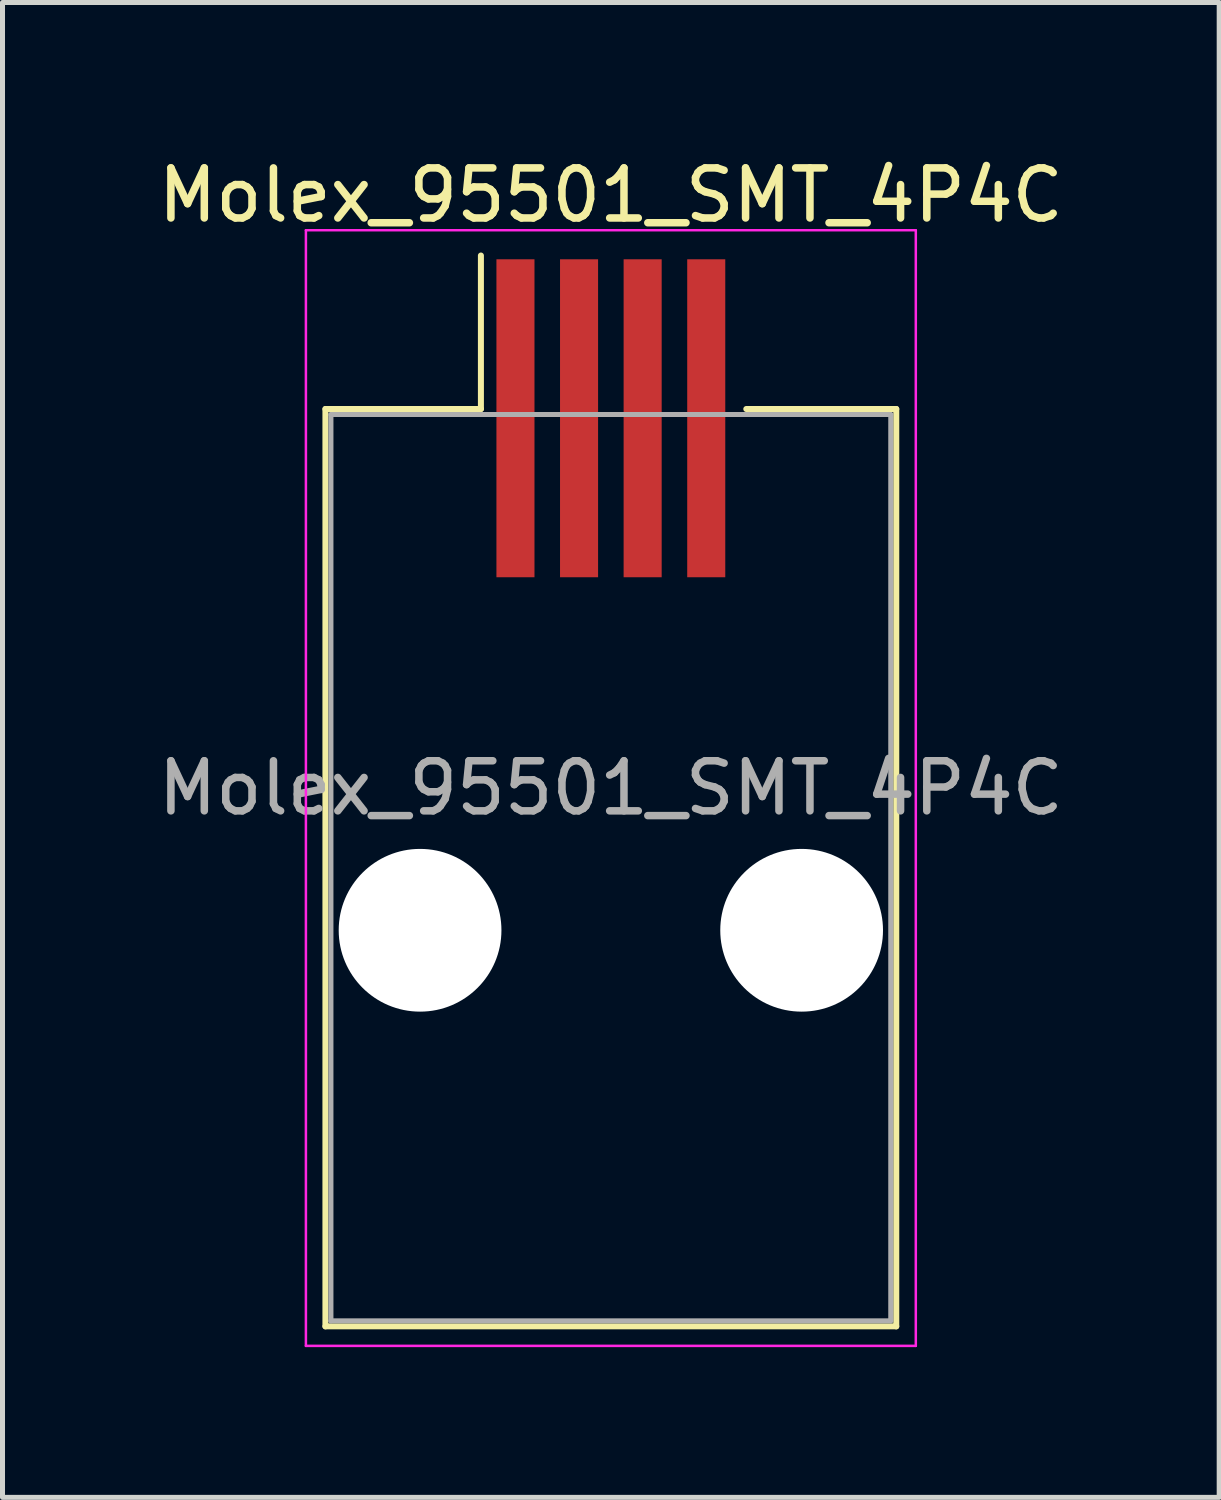
<source format=kicad_pcb>
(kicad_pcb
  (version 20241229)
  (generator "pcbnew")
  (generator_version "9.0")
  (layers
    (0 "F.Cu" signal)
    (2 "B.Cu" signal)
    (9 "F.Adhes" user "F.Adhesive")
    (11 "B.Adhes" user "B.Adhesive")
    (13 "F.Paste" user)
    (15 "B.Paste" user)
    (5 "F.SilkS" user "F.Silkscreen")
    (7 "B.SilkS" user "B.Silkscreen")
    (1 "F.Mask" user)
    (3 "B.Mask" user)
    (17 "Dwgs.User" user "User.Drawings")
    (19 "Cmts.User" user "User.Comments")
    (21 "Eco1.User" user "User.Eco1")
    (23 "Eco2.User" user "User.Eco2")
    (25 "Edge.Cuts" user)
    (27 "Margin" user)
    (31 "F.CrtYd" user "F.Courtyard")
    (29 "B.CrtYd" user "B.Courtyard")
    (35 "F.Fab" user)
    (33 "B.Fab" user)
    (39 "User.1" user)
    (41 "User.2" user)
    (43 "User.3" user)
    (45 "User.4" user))
  (footprint "Molex_95501_SMT_4P4C"
    (layer "F.Cu")
    (at 9.149 15.528)
    (property "Reference" "Molex_95501_SMT_4P4C" (at 0 -14.68 0) (layer "F.SilkS") (effects (font (size 1 1) (thickness 0.15))))
    (attr smd)
    (fp_line (start -5.7 -10.41) (end -5.7 7.91) (stroke (width 0.12) (type solid)) (layer "F.SilkS"))
    (fp_line (start -5.7 7.91) (end 5.7 7.91) (stroke (width 0.12) (type solid)) (layer "F.SilkS"))
    (fp_line (start -2.595 -13.475) (end -2.595 -10.41) (stroke (width 0.12) (type solid)) (layer "F.SilkS"))
    (fp_line (start -2.595 -10.41) (end -5.7 -10.41) (stroke (width 0.12) (type solid)) (layer "F.SilkS"))
    (fp_line (start 5.7 -10.41) (end 2.705 -10.41) (stroke (width 0.12) (type solid)) (layer "F.SilkS"))
    (fp_line (start 5.7 7.91) (end 5.7 -10.41) (stroke (width 0.12) (type solid)) (layer "F.SilkS"))
    (fp_line (start -6.09 -13.98) (end -6.09 8.3) (stroke (width 0.05) (type solid)) (layer "F.CrtYd"))
    (fp_line (start -6.09 8.3) (end 6.09 8.3) (stroke (width 0.05) (type solid)) (layer "F.CrtYd"))
    (fp_line (start 6.09 -13.98) (end -6.09 -13.98) (stroke (width 0.05) (type solid)) (layer "F.CrtYd"))
    (fp_line (start 6.09 8.3) (end 6.09 -13.98) (stroke (width 0.05) (type solid)) (layer "F.CrtYd"))
    (fp_line (start -5.59 -10.3) (end -5.59 7.8) (stroke (width 0.1) (type solid)) (layer "F.Fab"))
    (fp_line (start -5.59 7.8) (end 5.59 7.8) (stroke (width 0.1) (type solid)) (layer "F.Fab"))
    (fp_line (start 5.59 -10.3) (end -5.59 -10.3) (stroke (width 0.1) (type solid)) (layer "F.Fab"))
    (fp_line (start 5.59 7.8) (end 5.59 -10.3) (stroke (width 0.1) (type solid)) (layer "F.Fab"))
    (fp_text user "${REFERENCE}" (at 0 -2.84 0) (layer "F.Fab") (effects (font (size 1 1) (thickness 0.15))))
    (pad "" np_thru_hole circle (at -3.81 0) (size 3.25 3.25) (drill 3.25) (layers "*.Cu" "*.Mask"))
    (pad "" np_thru_hole circle (at 3.81 0) (size 3.25 3.25) (drill 3.25) (layers "*.Cu" "*.Mask"))
    (pad "1" smd rect (at -1.905 -10.225) (size 0.76 6.35) (layers "F.Cu" "F.Mask" "F.Paste"))
    (pad "2" smd rect (at -0.635 -10.225) (size 0.76 6.35) (layers "F.Cu" "F.Mask" "F.Paste"))
    (pad "3" smd rect (at 0.635 -10.225) (size 0.76 6.35) (layers "F.Cu" "F.Mask" "F.Paste"))
    (pad "4" smd rect (at 1.905 -10.225) (size 0.76 6.35) (layers "F.Cu" "F.Mask" "F.Paste")))
  (gr_rect
    (start -3 -3)
    (end 21.298 26.853)
    (stroke (width 0.1) (type default))
    (fill no)
    (layer "Edge.Cuts")))
</source>
